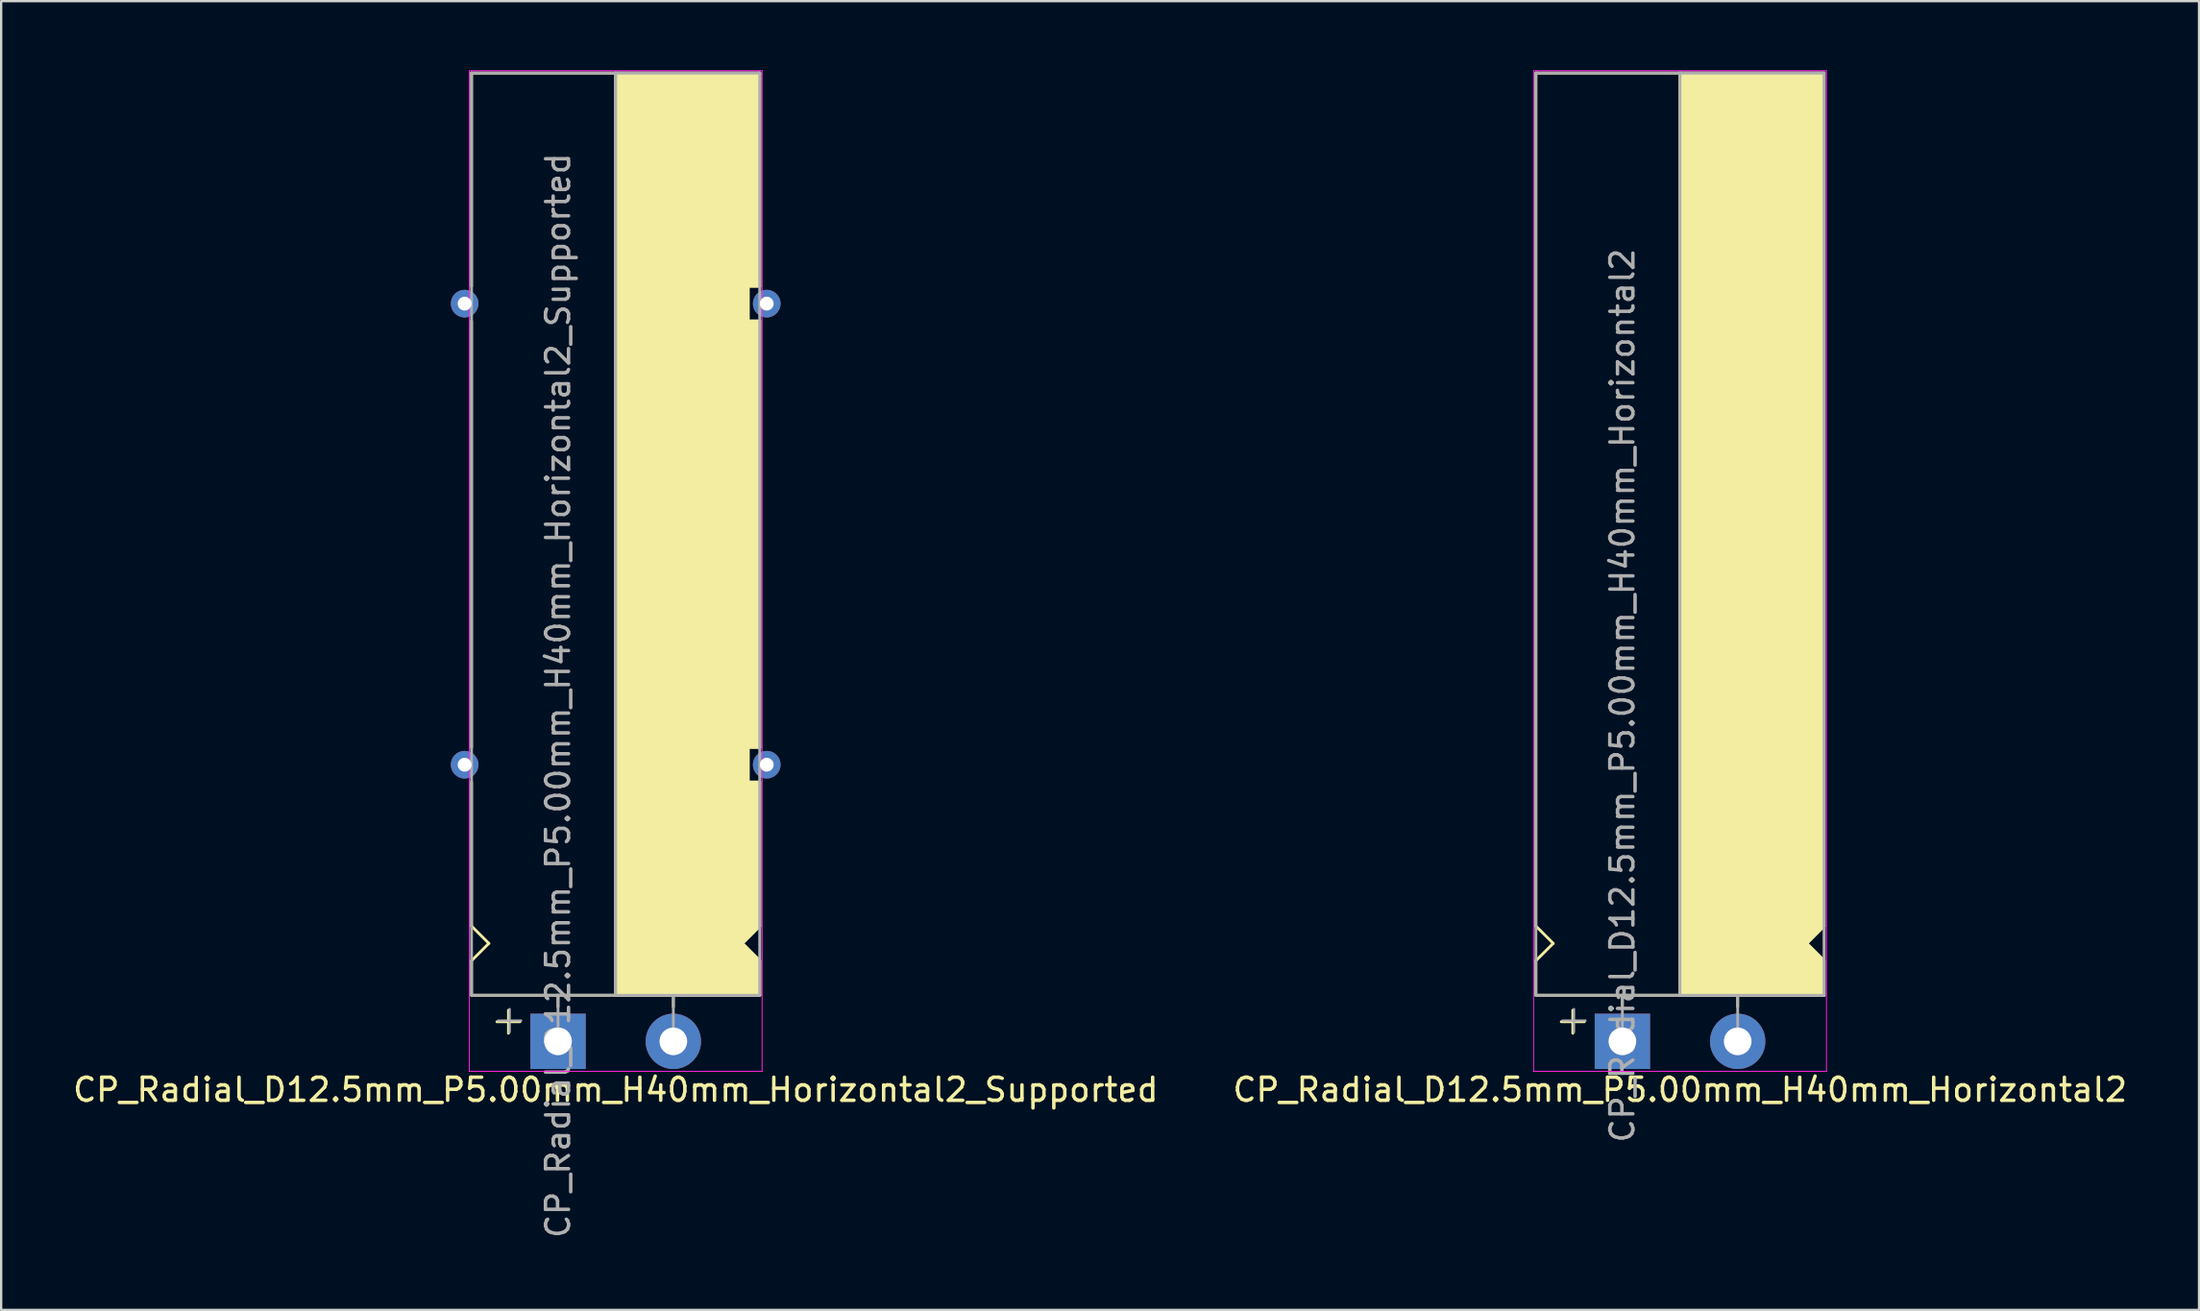
<source format=kicad_pcb>
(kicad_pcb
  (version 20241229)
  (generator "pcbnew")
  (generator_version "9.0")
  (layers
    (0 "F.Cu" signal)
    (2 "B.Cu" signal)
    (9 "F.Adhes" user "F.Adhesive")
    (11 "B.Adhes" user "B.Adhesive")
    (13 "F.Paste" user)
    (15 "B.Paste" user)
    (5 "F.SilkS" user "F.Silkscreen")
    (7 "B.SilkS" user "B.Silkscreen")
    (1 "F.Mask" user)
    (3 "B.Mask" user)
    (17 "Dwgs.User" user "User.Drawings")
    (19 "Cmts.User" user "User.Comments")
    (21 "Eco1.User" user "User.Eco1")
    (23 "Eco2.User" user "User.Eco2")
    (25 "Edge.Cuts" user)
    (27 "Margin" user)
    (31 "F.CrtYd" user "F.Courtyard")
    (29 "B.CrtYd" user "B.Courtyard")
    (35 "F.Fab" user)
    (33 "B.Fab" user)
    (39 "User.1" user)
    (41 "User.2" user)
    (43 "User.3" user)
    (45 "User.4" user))
  (footprint "CP_Radial_D12.5mm_P5.00mm_H40mm_Horizontal2_Supported"
    (layer "F.Cu")
    (at 21.149 42.12)
    (property "Reference" "CP_Radial_D12.5mm_P5.00mm_H40mm_Horizontal2_Supported" (at 2.5 2.1 180) (layer "F.SilkS") (effects (font (size 1 1) (thickness 0.15))))
    (attr through_hole)
    (fp_line (start -3.75 -42) (end -3.75 -32.75) (stroke (width 0.12) (type solid)) (layer "F.SilkS"))
    (fp_line (start -3.75 -12.75) (end -3.75 -31.25) (stroke (width 0.12) (type solid)) (layer "F.SilkS"))
    (fp_line (start -3.75 -5) (end -3.75 -11.25) (stroke (width 0.12) (type solid)) (layer "F.SilkS"))
    (fp_line (start -3.75 -3.5) (end -3 -4.25) (stroke (width 0.12) (type solid)) (layer "F.SilkS"))
    (fp_line (start -3.75 -2) (end -3.75 -3.5) (stroke (width 0.12) (type solid)) (layer "F.SilkS"))
    (fp_line (start -3 -4.25) (end -3.75 -5) (stroke (width 0.12) (type solid)) (layer "F.SilkS"))
    (fp_line (start -2.15 -1.35) (end -2.15 -0.35) (stroke (width 0.12) (type solid)) (layer "F.SilkS"))
    (fp_line (start -1.65 -0.85) (end -2.65 -0.85) (stroke (width 0.12) (type solid)) (layer "F.SilkS"))
    (fp_line (start 0 -1.5) (end 0 -2) (stroke (width 0.12) (type solid)) (layer "F.SilkS"))
    (fp_line (start 2.5 -2) (end -3.75 -2) (stroke (width 0.12) (type solid)) (layer "F.SilkS"))
    (fp_line (start 2.5 -2) (end 2.5 -42) (stroke (width 0.12) (type solid)) (layer "F.SilkS"))
    (fp_line (start 2.5 -2) (end 8.75 -2) (stroke (width 0.12) (type solid)) (layer "F.SilkS"))
    (fp_line (start 5 -1.5) (end 5 -2) (stroke (width 0.12) (type solid)) (layer "F.SilkS"))
    (fp_line (start 8 -4.25) (end 8.75 -5) (stroke (width 0.12) (type solid)) (layer "F.SilkS"))
    (fp_line (start 8.25 -32.75) (end 8.25 -31.25) (stroke (width 0.12) (type solid)) (layer "F.SilkS"))
    (fp_line (start 8.25 -31.25) (end 8.75 -31.25) (stroke (width 0.12) (type solid)) (layer "F.SilkS"))
    (fp_line (start 8.25 -12.75) (end 8.25 -11.25) (stroke (width 0.12) (type solid)) (layer "F.SilkS"))
    (fp_line (start 8.25 -11.25) (end 8.75 -11.25) (stroke (width 0.12) (type solid)) (layer "F.SilkS"))
    (fp_line (start 8.75 -42) (end -3.75 -42) (stroke (width 0.12) (type solid)) (layer "F.SilkS"))
    (fp_line (start 8.75 -42) (end 8.75 -32.75) (stroke (width 0.12) (type solid)) (layer "F.SilkS"))
    (fp_line (start 8.75 -32.75) (end 8.25 -32.75) (stroke (width 0.12) (type solid)) (layer "F.SilkS"))
    (fp_line (start 8.75 -12.75) (end 8.25 -12.75) (stroke (width 0.12) (type solid)) (layer "F.SilkS"))
    (fp_line (start 8.75 -12.75) (end 8.75 -31.25) (stroke (width 0.12) (type solid)) (layer "F.SilkS"))
    (fp_line (start 8.75 -5) (end 8.75 -11.25) (stroke (width 0.12) (type solid)) (layer "F.SilkS"))
    (fp_line (start 8.75 -3.5) (end 8 -4.25) (stroke (width 0.12) (type solid)) (layer "F.SilkS"))
    (fp_line (start 8.75 -2) (end 8.75 -3.5) (stroke (width 0.12) (type solid)) (layer "F.SilkS"))
    (fp_poly (pts (xy 8.75 -3.5) (xy 8 -4.25) (xy 8.75 -5) (xy 8.75 -11.25) (xy 8.25 -11.25) (xy 8.25 -12.75) (xy 8.75 -12.75) (xy 8.75 -31.25) (xy 8.25 -31.25) (xy 8.25 -32.75) (xy 8.75 -32.75) (xy 8.75 -42) (xy 2.5 -42) (xy 2.5 -2) (xy 8.75 -2)) (stroke (width 0.1) (type solid)) (fill yes) (layer "F.SilkS"))
    (fp_line (start -3.85 -42.1) (end -3.85 1.3) (stroke (width 0.04) (type solid)) (layer "F.CrtYd"))
    (fp_line (start 8.85 -42.1) (end -3.85 -42.1) (stroke (width 0.04) (type solid)) (layer "F.CrtYd"))
    (fp_line (start 8.85 1.3) (end -3.85 1.3) (stroke (width 0.04) (type solid)) (layer "F.CrtYd"))
    (fp_line (start 8.85 1.3) (end 8.85 -42.1) (stroke (width 0.04) (type solid)) (layer "F.CrtYd"))
    (fp_line (start -3.75 -42) (end 8.75 -42) (stroke (width 0.12) (type solid)) (layer "F.Fab"))
    (fp_line (start -3.75 -2) (end -3.75 -42) (stroke (width 0.12) (type solid)) (layer "F.Fab"))
    (fp_line (start -2.6 -0.9) (end -1.6 -0.9) (stroke (width 0.1) (type solid)) (layer "F.Fab"))
    (fp_line (start -2.1 -0.4) (end -2.1 -1.4) (stroke (width 0.1) (type solid)) (layer "F.Fab"))
    (fp_line (start 0 -2) (end -3.75 -2) (stroke (width 0.12) (type solid)) (layer "F.Fab"))
    (fp_line (start 0 0) (end 0 -2) (stroke (width 0.12) (type solid)) (layer "F.Fab"))
    (fp_line (start 2.5 -2) (end 2.5 -42) (stroke (width 0.12) (type solid)) (layer "F.Fab"))
    (fp_line (start 5 -2) (end 5 0) (stroke (width 0.12) (type solid)) (layer "F.Fab"))
    (fp_line (start 8.75 -42) (end 8.75 -2) (stroke (width 0.12) (type solid)) (layer "F.Fab"))
    (fp_line (start 8.75 -2) (end 0 -2) (stroke (width 0.12) (type solid)) (layer "F.Fab"))
    (fp_poly (pts (xy 8.75 -42) (xy 2.5 -42) (xy 2.5 -2) (xy 8.75 -2)) (stroke (width 0.1) (type solid)) (fill no) (layer "F.Fab"))
    (fp_text user "${REFERENCE}" (at 0 -15 90) (layer "F.Fab") (effects (font (size 1 1) (thickness 0.15))))
    (pad "" thru_hole circle (at -4.05 -32 180) (size 1.2 1.2) (drill 0.6) (layers "*.Cu" "*.Mask"))
    (pad "" thru_hole circle (at -4.05 -12 180) (size 1.2 1.2) (drill 0.6) (layers "*.Cu" "*.Mask"))
    (pad "" thru_hole circle (at 9.05 -32 180) (size 1.2 1.2) (drill 0.6) (layers "*.Cu" "*.Mask"))
    (pad "" thru_hole circle (at 9.05 -12 180) (size 1.2 1.2) (drill 0.6) (layers "*.Cu" "*.Mask"))
    (pad "1" thru_hole rect (at 0 0) (size 2.4 2.4) (drill 1.2) (layers "*.Cu" "*.Mask"))
    (pad "2" thru_hole circle (at 5 0) (size 2.4 2.4) (drill 1.2) (layers "*.Cu" "*.Mask")))
  (footprint "CP_Radial_D12.5mm_P5.00mm_H40mm_Horizontal2"
    (layer "F.Cu")
    (at 67.304 42.12)
    (property "Reference" "CP_Radial_D12.5mm_P5.00mm_H40mm_Horizontal2" (at 2.5 2.1 180) (layer "F.SilkS") (effects (font (size 1 1) (thickness 0.15))))
    (attr through_hole)
    (fp_line (start -3.75 -5) (end -3.75 -42) (stroke (width 0.12) (type solid)) (layer "F.SilkS"))
    (fp_line (start -3.75 -3.5) (end -3 -4.25) (stroke (width 0.12) (type solid)) (layer "F.SilkS"))
    (fp_line (start -3.75 -2) (end -3.75 -3.5) (stroke (width 0.12) (type solid)) (layer "F.SilkS"))
    (fp_line (start -3 -4.25) (end -3.75 -5) (stroke (width 0.12) (type solid)) (layer "F.SilkS"))
    (fp_line (start -2.15 -1.35) (end -2.15 -0.35) (stroke (width 0.12) (type solid)) (layer "F.SilkS"))
    (fp_line (start -1.65 -0.85) (end -2.65 -0.85) (stroke (width 0.12) (type solid)) (layer "F.SilkS"))
    (fp_line (start 0 -1.5) (end 0 -2) (stroke (width 0.12) (type solid)) (layer "F.SilkS"))
    (fp_line (start 2.5 -2) (end -3.75 -2) (stroke (width 0.12) (type solid)) (layer "F.SilkS"))
    (fp_line (start 2.5 -2) (end 2.5 -42) (stroke (width 0.12) (type solid)) (layer "F.SilkS"))
    (fp_line (start 2.5 -2) (end 8.75 -2) (stroke (width 0.12) (type solid)) (layer "F.SilkS"))
    (fp_line (start 5 -1.5) (end 5 -2) (stroke (width 0.12) (type solid)) (layer "F.SilkS"))
    (fp_line (start 8 -4.25) (end 8.75 -5) (stroke (width 0.12) (type solid)) (layer "F.SilkS"))
    (fp_line (start 8.75 -42) (end -3.75 -42) (stroke (width 0.12) (type solid)) (layer "F.SilkS"))
    (fp_line (start 8.75 -5) (end 8.75 -42) (stroke (width 0.12) (type solid)) (layer "F.SilkS"))
    (fp_line (start 8.75 -3.5) (end 8 -4.25) (stroke (width 0.12) (type solid)) (layer "F.SilkS"))
    (fp_line (start 8.75 -2) (end 8.75 -3.5) (stroke (width 0.12) (type solid)) (layer "F.SilkS"))
    (fp_poly (pts (xy 8.75 -3.5) (xy 8 -4.25) (xy 8.75 -5) (xy 8.75 -42) (xy 2.5 -42) (xy 2.5 -2) (xy 8.75 -2)) (stroke (width 0.1) (type solid)) (fill yes) (layer "F.SilkS"))
    (fp_line (start -3.85 -42.1) (end -3.85 1.3) (stroke (width 0.04) (type solid)) (layer "F.CrtYd"))
    (fp_line (start 8.85 -42.1) (end -3.85 -42.1) (stroke (width 0.04) (type solid)) (layer "F.CrtYd"))
    (fp_line (start 8.85 1.3) (end -3.85 1.3) (stroke (width 0.04) (type solid)) (layer "F.CrtYd"))
    (fp_line (start 8.85 1.3) (end 8.85 -42.1) (stroke (width 0.04) (type solid)) (layer "F.CrtYd"))
    (fp_line (start -3.75 -42) (end 8.75 -42) (stroke (width 0.12) (type solid)) (layer "F.Fab"))
    (fp_line (start -3.75 -2) (end -3.75 -42) (stroke (width 0.12) (type solid)) (layer "F.Fab"))
    (fp_line (start -2.6 -0.9) (end -1.6 -0.9) (stroke (width 0.1) (type solid)) (layer "F.Fab"))
    (fp_line (start -2.1 -0.4) (end -2.1 -1.4) (stroke (width 0.1) (type solid)) (layer "F.Fab"))
    (fp_line (start 0 -2) (end -3.75 -2) (stroke (width 0.12) (type solid)) (layer "F.Fab"))
    (fp_line (start 0 0) (end 0 -2) (stroke (width 0.12) (type solid)) (layer "F.Fab"))
    (fp_line (start 2.5 -2) (end 2.5 -42) (stroke (width 0.12) (type solid)) (layer "F.Fab"))
    (fp_line (start 5 -2) (end 5 0) (stroke (width 0.12) (type solid)) (layer "F.Fab"))
    (fp_line (start 8.75 -42) (end 8.75 -2) (stroke (width 0.12) (type solid)) (layer "F.Fab"))
    (fp_line (start 8.75 -2) (end 0 -2) (stroke (width 0.12) (type solid)) (layer "F.Fab"))
    (fp_poly (pts (xy 8.75 -42) (xy 2.5 -42) (xy 2.5 -2) (xy 8.75 -2)) (stroke (width 0.1) (type solid)) (fill no) (layer "F.Fab"))
    (fp_text user "${REFERENCE}" (at 0 -15 90) (layer "F.Fab") (effects (font (size 1 1) (thickness 0.15))))
    (pad "1" thru_hole rect (at 0 0) (size 2.4 2.4) (drill 1.2) (layers "*.Cu" "*.Mask"))
    (pad "2" thru_hole circle (at 5 0) (size 2.4 2.4) (drill 1.2) (layers "*.Cu" "*.Mask")))
  (gr_rect
    (start -3 -3)
    (end 92.31 53.769)
    (stroke (width 0.1) (type default))
    (fill no)
    (layer "Edge.Cuts")))
</source>
